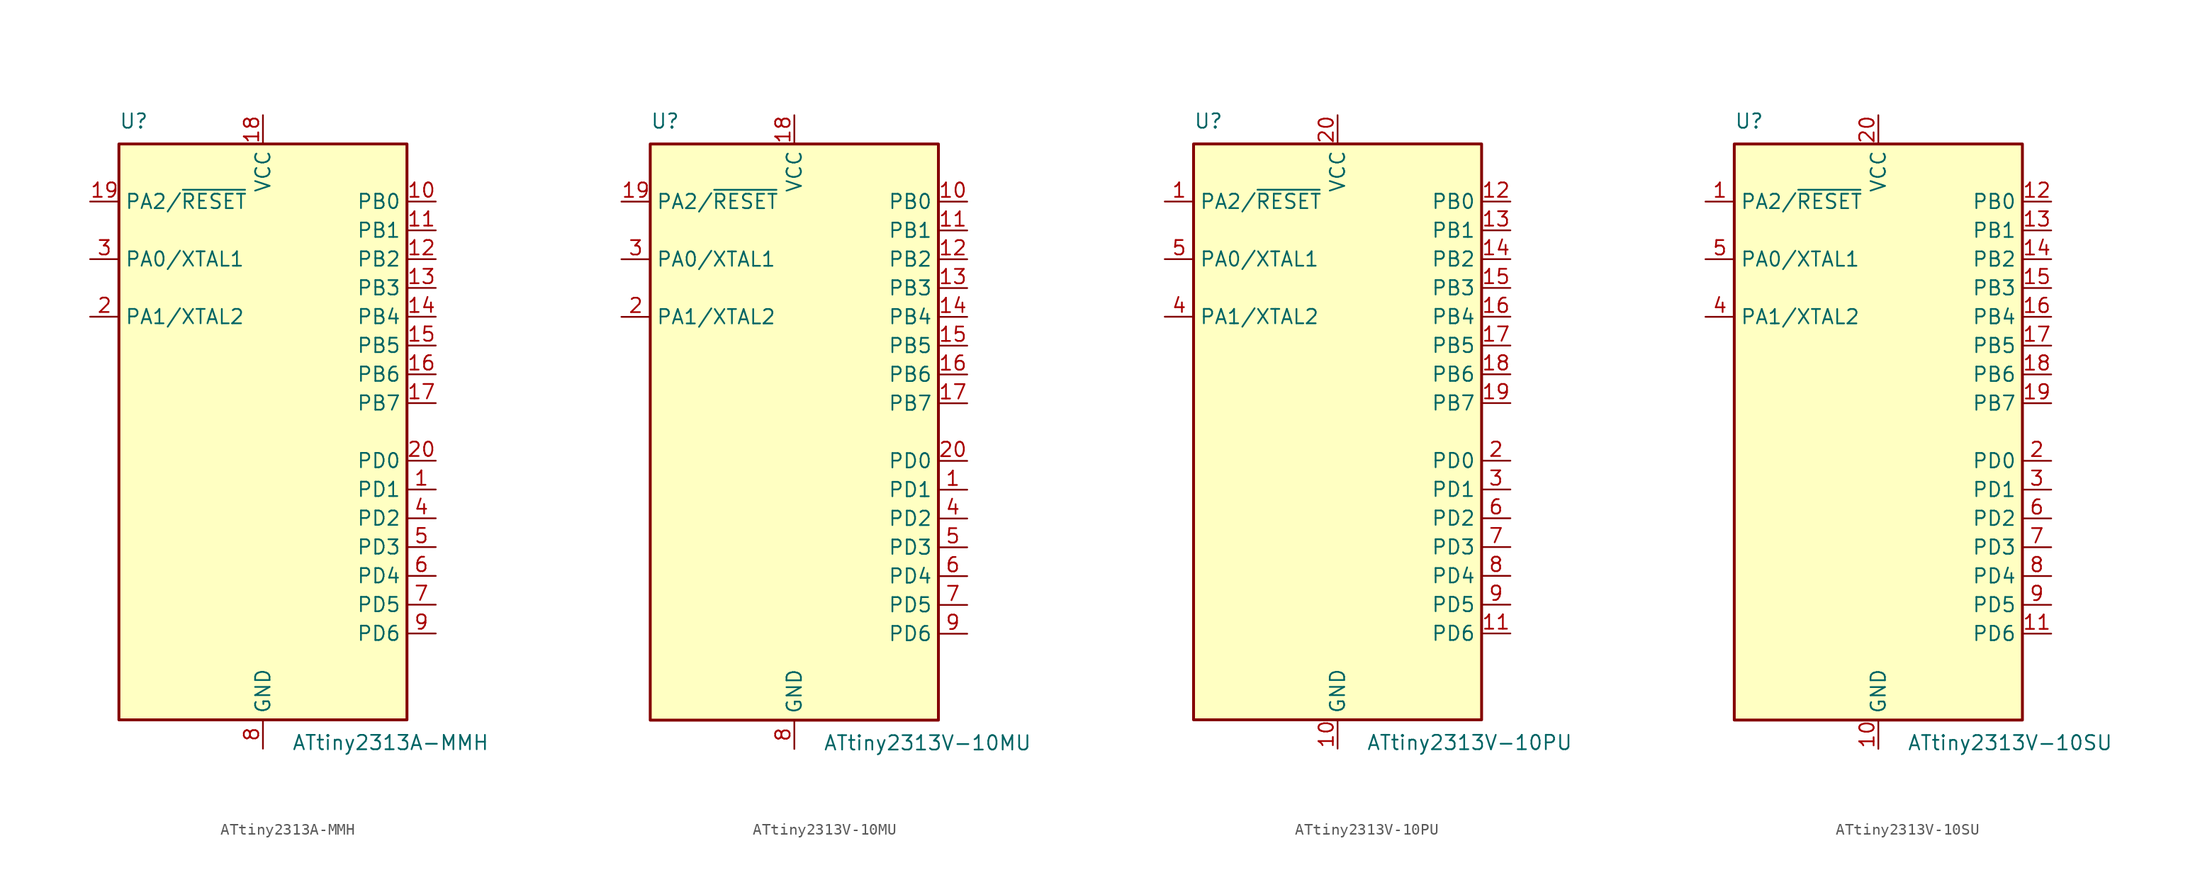
<source format=kicad_sym>
(kicad_symbol_lib
  (version 20201005)
  (generator kicad_symbol_editor)
  (symbol "ATtiny2313A-MMH"
    (property "Reference" "U"
      (at -12.7 26.67 0)
      (effects (font (size 1.27 1.27)) (justify left bottom)))
    (property "Value" "ATtiny2313A-MMH"
      (at 2.54 -26.67 0)
      (effects (font (size 1.27 1.27)) (justify left top)))
    (symbol "ATtiny2313A-MMH_0_1"
      (rectangle (start -12.7 -25.4) (end 12.7 25.4) (stroke (width 0.254)) (fill (type background))))
    (symbol "ATtiny2313A-MMH_1_1"
      (pin tri_state line (at 15.24 -5.08 180) (length 2.54) (name "PD1" (effects (font (size 1.27 1.27)))) (number "1" (effects (font (size 1.27 1.27)))))
      (pin tri_state line (at 15.24 20.32 180) (length 2.54) (name "PB0" (effects (font (size 1.27 1.27)))) (number "10" (effects (font (size 1.27 1.27)))))
      (pin tri_state line (at 15.24 17.78 180) (length 2.54) (name "PB1" (effects (font (size 1.27 1.27)))) (number "11" (effects (font (size 1.27 1.27)))))
      (pin tri_state line (at 15.24 15.24 180) (length 2.54) (name "PB2" (effects (font (size 1.27 1.27)))) (number "12" (effects (font (size 1.27 1.27)))))
      (pin tri_state line (at 15.24 12.7 180) (length 2.54) (name "PB3" (effects (font (size 1.27 1.27)))) (number "13" (effects (font (size 1.27 1.27)))))
      (pin tri_state line (at 15.24 10.16 180) (length 2.54) (name "PB4" (effects (font (size 1.27 1.27)))) (number "14" (effects (font (size 1.27 1.27)))))
      (pin tri_state line (at 15.24 7.62 180) (length 2.54) (name "PB5" (effects (font (size 1.27 1.27)))) (number "15" (effects (font (size 1.27 1.27)))))
      (pin tri_state line (at 15.24 5.08 180) (length 2.54) (name "PB6" (effects (font (size 1.27 1.27)))) (number "16" (effects (font (size 1.27 1.27)))))
      (pin tri_state line (at 15.24 2.54 180) (length 2.54) (name "PB7" (effects (font (size 1.27 1.27)))) (number "17" (effects (font (size 1.27 1.27)))))
      (pin power_in line (at 0 27.94 270) (length 2.54) (name "VCC" (effects (font (size 1.27 1.27)))) (number "18" (effects (font (size 1.27 1.27)))))
      (pin tri_state line (at -15.24 20.32 0) (length 2.54) (name "PA2/~RESET" (effects (font (size 1.27 1.27)))) (number "19" (effects (font (size 1.27 1.27)))))
      (pin tri_state line (at -15.24 10.16 0) (length 2.54) (name "PA1/XTAL2" (effects (font (size 1.27 1.27)))) (number "2" (effects (font (size 1.27 1.27)))))
      (pin tri_state line (at 15.24 -2.54 180) (length 2.54) (name "PD0" (effects (font (size 1.27 1.27)))) (number "20" (effects (font (size 1.27 1.27)))))
      (pin passive line (at 0 -27.94 90) (length 2.54) hide (name "GND" (effects (font (size 1.27 1.27)))) (number "21" (effects (font (size 1.27 1.27)))))
      (pin tri_state line (at -15.24 15.24 0) (length 2.54) (name "PA0/XTAL1" (effects (font (size 1.27 1.27)))) (number "3" (effects (font (size 1.27 1.27)))))
      (pin tri_state line (at 15.24 -7.62 180) (length 2.54) (name "PD2" (effects (font (size 1.27 1.27)))) (number "4" (effects (font (size 1.27 1.27)))))
      (pin tri_state line (at 15.24 -10.16 180) (length 2.54) (name "PD3" (effects (font (size 1.27 1.27)))) (number "5" (effects (font (size 1.27 1.27)))))
      (pin tri_state line (at 15.24 -12.7 180) (length 2.54) (name "PD4" (effects (font (size 1.27 1.27)))) (number "6" (effects (font (size 1.27 1.27)))))
      (pin tri_state line (at 15.24 -15.24 180) (length 2.54) (name "PD5" (effects (font (size 1.27 1.27)))) (number "7" (effects (font (size 1.27 1.27)))))
      (pin power_in line (at 0 -27.94 90) (length 2.54) (name "GND" (effects (font (size 1.27 1.27)))) (number "8" (effects (font (size 1.27 1.27)))))
      (pin tri_state line (at 15.24 -17.78 180) (length 2.54) (name "PD6" (effects (font (size 1.27 1.27)))) (number "9" (effects (font (size 1.27 1.27)))))))
  (symbol "ATtiny2313V-10MU"
    (property "Reference" "U"
      (at -12.7 26.67 0)
      (effects (font (size 1.27 1.27)) (justify left bottom)))
    (property "Value" "ATtiny2313V-10MU"
      (at 2.54 -26.67 0)
      (effects (font (size 1.27 1.27)) (justify left top)))
    (symbol "ATtiny2313V-10MU_0_1"
      (rectangle (start -12.7 -25.4) (end 12.7 25.4) (stroke (width 0.254)) (fill (type background))))
    (symbol "ATtiny2313V-10MU_1_1"
      (pin tri_state line (at 15.24 -5.08 180) (length 2.54) (name "PD1" (effects (font (size 1.27 1.27)))) (number "1" (effects (font (size 1.27 1.27)))))
      (pin tri_state line (at 15.24 20.32 180) (length 2.54) (name "PB0" (effects (font (size 1.27 1.27)))) (number "10" (effects (font (size 1.27 1.27)))))
      (pin tri_state line (at 15.24 17.78 180) (length 2.54) (name "PB1" (effects (font (size 1.27 1.27)))) (number "11" (effects (font (size 1.27 1.27)))))
      (pin tri_state line (at 15.24 15.24 180) (length 2.54) (name "PB2" (effects (font (size 1.27 1.27)))) (number "12" (effects (font (size 1.27 1.27)))))
      (pin tri_state line (at 15.24 12.7 180) (length 2.54) (name "PB3" (effects (font (size 1.27 1.27)))) (number "13" (effects (font (size 1.27 1.27)))))
      (pin tri_state line (at 15.24 10.16 180) (length 2.54) (name "PB4" (effects (font (size 1.27 1.27)))) (number "14" (effects (font (size 1.27 1.27)))))
      (pin tri_state line (at 15.24 7.62 180) (length 2.54) (name "PB5" (effects (font (size 1.27 1.27)))) (number "15" (effects (font (size 1.27 1.27)))))
      (pin tri_state line (at 15.24 5.08 180) (length 2.54) (name "PB6" (effects (font (size 1.27 1.27)))) (number "16" (effects (font (size 1.27 1.27)))))
      (pin tri_state line (at 15.24 2.54 180) (length 2.54) (name "PB7" (effects (font (size 1.27 1.27)))) (number "17" (effects (font (size 1.27 1.27)))))
      (pin power_in line (at 0 27.94 270) (length 2.54) (name "VCC" (effects (font (size 1.27 1.27)))) (number "18" (effects (font (size 1.27 1.27)))))
      (pin tri_state line (at -15.24 20.32 0) (length 2.54) (name "PA2/~RESET" (effects (font (size 1.27 1.27)))) (number "19" (effects (font (size 1.27 1.27)))))
      (pin tri_state line (at -15.24 10.16 0) (length 2.54) (name "PA1/XTAL2" (effects (font (size 1.27 1.27)))) (number "2" (effects (font (size 1.27 1.27)))))
      (pin tri_state line (at 15.24 -2.54 180) (length 2.54) (name "PD0" (effects (font (size 1.27 1.27)))) (number "20" (effects (font (size 1.27 1.27)))))
      (pin passive line (at 0 -27.94 90) (length 2.54) hide (name "GND" (effects (font (size 1.27 1.27)))) (number "21" (effects (font (size 1.27 1.27)))))
      (pin tri_state line (at -15.24 15.24 0) (length 2.54) (name "PA0/XTAL1" (effects (font (size 1.27 1.27)))) (number "3" (effects (font (size 1.27 1.27)))))
      (pin tri_state line (at 15.24 -7.62 180) (length 2.54) (name "PD2" (effects (font (size 1.27 1.27)))) (number "4" (effects (font (size 1.27 1.27)))))
      (pin tri_state line (at 15.24 -10.16 180) (length 2.54) (name "PD3" (effects (font (size 1.27 1.27)))) (number "5" (effects (font (size 1.27 1.27)))))
      (pin tri_state line (at 15.24 -12.7 180) (length 2.54) (name "PD4" (effects (font (size 1.27 1.27)))) (number "6" (effects (font (size 1.27 1.27)))))
      (pin tri_state line (at 15.24 -15.24 180) (length 2.54) (name "PD5" (effects (font (size 1.27 1.27)))) (number "7" (effects (font (size 1.27 1.27)))))
      (pin power_in line (at 0 -27.94 90) (length 2.54) (name "GND" (effects (font (size 1.27 1.27)))) (number "8" (effects (font (size 1.27 1.27)))))
      (pin tri_state line (at 15.24 -17.78 180) (length 2.54) (name "PD6" (effects (font (size 1.27 1.27)))) (number "9" (effects (font (size 1.27 1.27)))))))
  (symbol "ATtiny2313V-10PU"
    (property "Reference" "U"
      (at -12.7 26.67 0)
      (effects (font (size 1.27 1.27)) (justify left bottom)))
    (property "Value" "ATtiny2313V-10PU"
      (at 2.54 -26.67 0)
      (effects (font (size 1.27 1.27)) (justify left top)))
    (symbol "ATtiny2313V-10PU_0_1"
      (rectangle (start -12.7 -25.4) (end 12.7 25.4) (stroke (width 0.254)) (fill (type background))))
    (symbol "ATtiny2313V-10PU_1_1"
      (pin tri_state line (at -15.24 20.32 0) (length 2.54) (name "PA2/~RESET" (effects (font (size 1.27 1.27)))) (number "1" (effects (font (size 1.27 1.27)))))
      (pin power_in line (at 0 -27.94 90) (length 2.54) (name "GND" (effects (font (size 1.27 1.27)))) (number "10" (effects (font (size 1.27 1.27)))))
      (pin tri_state line (at 15.24 -17.78 180) (length 2.54) (name "PD6" (effects (font (size 1.27 1.27)))) (number "11" (effects (font (size 1.27 1.27)))))
      (pin tri_state line (at 15.24 20.32 180) (length 2.54) (name "PB0" (effects (font (size 1.27 1.27)))) (number "12" (effects (font (size 1.27 1.27)))))
      (pin tri_state line (at 15.24 17.78 180) (length 2.54) (name "PB1" (effects (font (size 1.27 1.27)))) (number "13" (effects (font (size 1.27 1.27)))))
      (pin tri_state line (at 15.24 15.24 180) (length 2.54) (name "PB2" (effects (font (size 1.27 1.27)))) (number "14" (effects (font (size 1.27 1.27)))))
      (pin tri_state line (at 15.24 12.7 180) (length 2.54) (name "PB3" (effects (font (size 1.27 1.27)))) (number "15" (effects (font (size 1.27 1.27)))))
      (pin tri_state line (at 15.24 10.16 180) (length 2.54) (name "PB4" (effects (font (size 1.27 1.27)))) (number "16" (effects (font (size 1.27 1.27)))))
      (pin tri_state line (at 15.24 7.62 180) (length 2.54) (name "PB5" (effects (font (size 1.27 1.27)))) (number "17" (effects (font (size 1.27 1.27)))))
      (pin tri_state line (at 15.24 5.08 180) (length 2.54) (name "PB6" (effects (font (size 1.27 1.27)))) (number "18" (effects (font (size 1.27 1.27)))))
      (pin tri_state line (at 15.24 2.54 180) (length 2.54) (name "PB7" (effects (font (size 1.27 1.27)))) (number "19" (effects (font (size 1.27 1.27)))))
      (pin tri_state line (at 15.24 -2.54 180) (length 2.54) (name "PD0" (effects (font (size 1.27 1.27)))) (number "2" (effects (font (size 1.27 1.27)))))
      (pin power_in line (at 0 27.94 270) (length 2.54) (name "VCC" (effects (font (size 1.27 1.27)))) (number "20" (effects (font (size 1.27 1.27)))))
      (pin tri_state line (at 15.24 -5.08 180) (length 2.54) (name "PD1" (effects (font (size 1.27 1.27)))) (number "3" (effects (font (size 1.27 1.27)))))
      (pin tri_state line (at -15.24 10.16 0) (length 2.54) (name "PA1/XTAL2" (effects (font (size 1.27 1.27)))) (number "4" (effects (font (size 1.27 1.27)))))
      (pin tri_state line (at -15.24 15.24 0) (length 2.54) (name "PA0/XTAL1" (effects (font (size 1.27 1.27)))) (number "5" (effects (font (size 1.27 1.27)))))
      (pin tri_state line (at 15.24 -7.62 180) (length 2.54) (name "PD2" (effects (font (size 1.27 1.27)))) (number "6" (effects (font (size 1.27 1.27)))))
      (pin tri_state line (at 15.24 -10.16 180) (length 2.54) (name "PD3" (effects (font (size 1.27 1.27)))) (number "7" (effects (font (size 1.27 1.27)))))
      (pin tri_state line (at 15.24 -12.7 180) (length 2.54) (name "PD4" (effects (font (size 1.27 1.27)))) (number "8" (effects (font (size 1.27 1.27)))))
      (pin tri_state line (at 15.24 -15.24 180) (length 2.54) (name "PD5" (effects (font (size 1.27 1.27)))) (number "9" (effects (font (size 1.27 1.27)))))))
  (symbol "ATtiny2313V-10SU"
    (property "Reference" "U"
      (at -12.7 26.67 0)
      (effects (font (size 1.27 1.27)) (justify left bottom)))
    (property "Value" "ATtiny2313V-10SU"
      (at 2.54 -26.67 0)
      (effects (font (size 1.27 1.27)) (justify left top)))
    (symbol "ATtiny2313V-10SU_0_1"
      (rectangle (start -12.7 -25.4) (end 12.7 25.4) (stroke (width 0.254)) (fill (type background))))
    (symbol "ATtiny2313V-10SU_1_1"
      (pin tri_state line (at -15.24 20.32 0) (length 2.54) (name "PA2/~RESET" (effects (font (size 1.27 1.27)))) (number "1" (effects (font (size 1.27 1.27)))))
      (pin power_in line (at 0 -27.94 90) (length 2.54) (name "GND" (effects (font (size 1.27 1.27)))) (number "10" (effects (font (size 1.27 1.27)))))
      (pin tri_state line (at 15.24 -17.78 180) (length 2.54) (name "PD6" (effects (font (size 1.27 1.27)))) (number "11" (effects (font (size 1.27 1.27)))))
      (pin tri_state line (at 15.24 20.32 180) (length 2.54) (name "PB0" (effects (font (size 1.27 1.27)))) (number "12" (effects (font (size 1.27 1.27)))))
      (pin tri_state line (at 15.24 17.78 180) (length 2.54) (name "PB1" (effects (font (size 1.27 1.27)))) (number "13" (effects (font (size 1.27 1.27)))))
      (pin tri_state line (at 15.24 15.24 180) (length 2.54) (name "PB2" (effects (font (size 1.27 1.27)))) (number "14" (effects (font (size 1.27 1.27)))))
      (pin tri_state line (at 15.24 12.7 180) (length 2.54) (name "PB3" (effects (font (size 1.27 1.27)))) (number "15" (effects (font (size 1.27 1.27)))))
      (pin tri_state line (at 15.24 10.16 180) (length 2.54) (name "PB4" (effects (font (size 1.27 1.27)))) (number "16" (effects (font (size 1.27 1.27)))))
      (pin tri_state line (at 15.24 7.62 180) (length 2.54) (name "PB5" (effects (font (size 1.27 1.27)))) (number "17" (effects (font (size 1.27 1.27)))))
      (pin tri_state line (at 15.24 5.08 180) (length 2.54) (name "PB6" (effects (font (size 1.27 1.27)))) (number "18" (effects (font (size 1.27 1.27)))))
      (pin tri_state line (at 15.24 2.54 180) (length 2.54) (name "PB7" (effects (font (size 1.27 1.27)))) (number "19" (effects (font (size 1.27 1.27)))))
      (pin tri_state line (at 15.24 -2.54 180) (length 2.54) (name "PD0" (effects (font (size 1.27 1.27)))) (number "2" (effects (font (size 1.27 1.27)))))
      (pin power_in line (at 0 27.94 270) (length 2.54) (name "VCC" (effects (font (size 1.27 1.27)))) (number "20" (effects (font (size 1.27 1.27)))))
      (pin tri_state line (at 15.24 -5.08 180) (length 2.54) (name "PD1" (effects (font (size 1.27 1.27)))) (number "3" (effects (font (size 1.27 1.27)))))
      (pin tri_state line (at -15.24 10.16 0) (length 2.54) (name "PA1/XTAL2" (effects (font (size 1.27 1.27)))) (number "4" (effects (font (size 1.27 1.27)))))
      (pin tri_state line (at -15.24 15.24 0) (length 2.54) (name "PA0/XTAL1" (effects (font (size 1.27 1.27)))) (number "5" (effects (font (size 1.27 1.27)))))
      (pin tri_state line (at 15.24 -7.62 180) (length 2.54) (name "PD2" (effects (font (size 1.27 1.27)))) (number "6" (effects (font (size 1.27 1.27)))))
      (pin tri_state line (at 15.24 -10.16 180) (length 2.54) (name "PD3" (effects (font (size 1.27 1.27)))) (number "7" (effects (font (size 1.27 1.27)))))
      (pin tri_state line (at 15.24 -12.7 180) (length 2.54) (name "PD4" (effects (font (size 1.27 1.27)))) (number "8" (effects (font (size 1.27 1.27)))))
      (pin tri_state line (at 15.24 -15.24 180) (length 2.54) (name "PD5" (effects (font (size 1.27 1.27)))) (number "9" (effects (font (size 1.27 1.27))))))))
</source>
